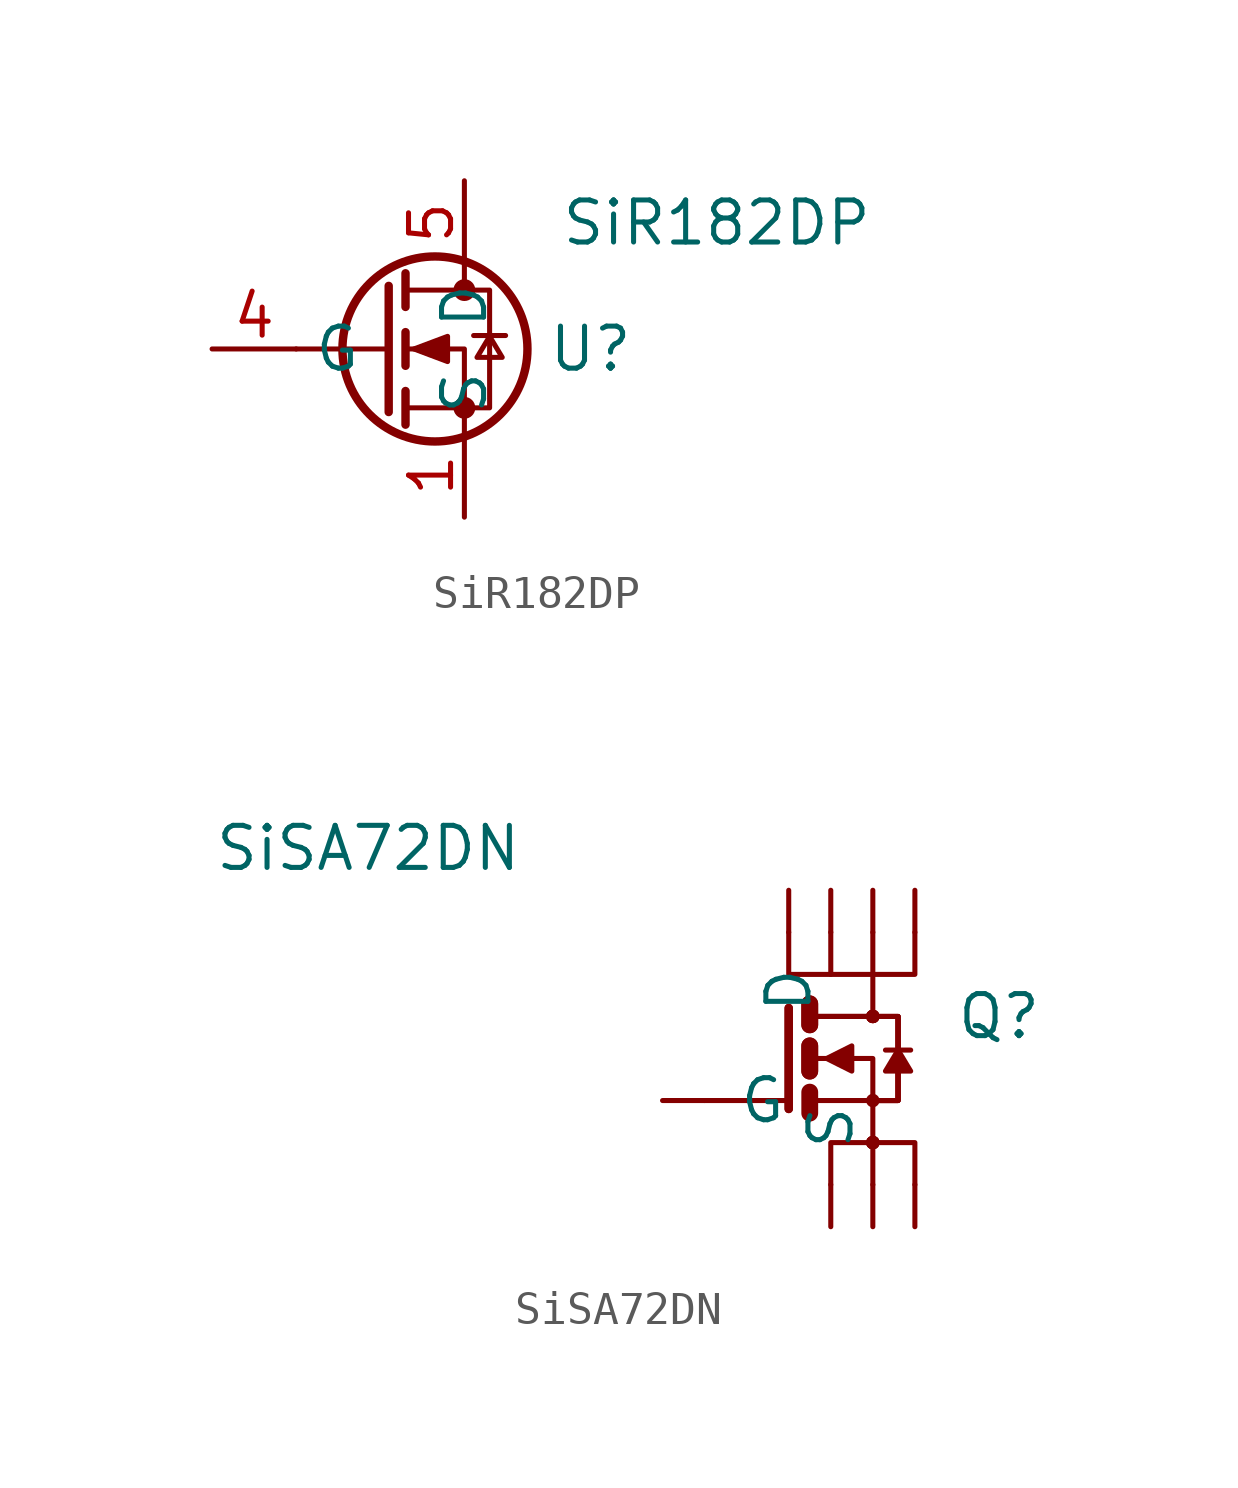
<source format=kicad_sym>
(kicad_symbol_lib
  (version 20211014)
  (generator kicad_symbol_editor)
  (symbol "SiR182DP"
    (property "Reference" "U"
      (at 3.81 0 0)
      (effects (font (size 1.27 1.27))))
    (property "Value" "SiR182DP"
      (at 7.62 3.81 0)
      (effects (font (size 1.27 1.27))))
    (symbol "SiR182DP_0_1"
      (circle (center -0.889 0) (radius 2.794) (stroke (width 0.254) (type default) (color 0 0 0 0)) (fill (type none)))
      (circle (center 0 -1.778) (radius 0.254) (stroke (width 0) (type default) (color 0 0 0 0)) (fill (type outline)))
      (polyline (pts (xy -2.286 0) (xy -5.08 0)) (stroke (width 0) (type default) (color 0 0 0 0)) (fill (type none)))
      (polyline (pts (xy -2.286 1.905) (xy -2.286 -1.905)) (stroke (width 0.254) (type default) (color 0 0 0 0)) (fill (type none)))
      (polyline (pts (xy -1.778 -1.27) (xy -1.778 -2.286)) (stroke (width 0.254) (type default) (color 0 0 0 0)) (fill (type none)))
      (polyline (pts (xy -1.778 0.508) (xy -1.778 -0.508)) (stroke (width 0.254) (type default) (color 0 0 0 0)) (fill (type none)))
      (polyline (pts (xy -1.778 2.286) (xy -1.778 1.27)) (stroke (width 0.254) (type default) (color 0 0 0 0)) (fill (type none)))
      (polyline (pts (xy 0 2.54) (xy 0 1.778)) (stroke (width 0) (type default) (color 0 0 0 0)) (fill (type none)))
      (polyline (pts (xy 0.279 0.406) (xy 1.245 0.406)) (stroke (width 0) (type default) (color 0 0 0 0)) (fill (type none)))
      (polyline (pts (xy 0 -2.54) (xy 0 0) (xy -1.778 0)) (stroke (width 0) (type default) (color 0 0 0 0)) (fill (type none)))
      (polyline (pts (xy -1.778 -1.778) (xy 0.762 -1.778) (xy 0.762 1.778) (xy -1.778 1.778)) (stroke (width 0) (type default) (color 0 0 0 0)) (fill (type none)))
      (polyline (pts (xy -1.524 0) (xy -0.508 0.381) (xy -0.508 -0.381) (xy -1.524 0)) (stroke (width 0) (type default) (color 0 0 0 0)) (fill (type outline)))
      (polyline (pts (xy 0.762 0.381) (xy 0.381 -0.254) (xy 1.143 -0.254) (xy 0.762 0.381)) (stroke (width 0) (type default) (color 0 0 0 0)) (fill (type none)))
      (circle (center 0 1.778) (radius 0.254) (stroke (width 0) (type default) (color 0 0 0 0)) (fill (type outline))))
    (symbol "SiR182DP_1_1"
      (pin passive line (at 0 -5.08 90) (length 2.54) (name "S" (effects (font (size 1.27 1.27)))) (number "1" (effects (font (size 1.27 1.27)))))
      (pin passive line (at 0 -5.08 90) (length 2.54) hide (name "S" (effects (font (size 1.27 1.27)))) (number "2" (effects (font (size 1.27 1.27)))))
      (pin passive line (at 0 -5.08 90) (length 2.54) hide (name "S" (effects (font (size 1.27 1.27)))) (number "3" (effects (font (size 1.27 1.27)))))
      (pin input line (at -7.62 0 0) (length 2.54) (name "G" (effects (font (size 1.27 1.27)))) (number "4" (effects (font (size 1.27 1.27)))))
      (pin passive line (at 0 5.08 270) (length 2.54) (name "D" (effects (font (size 1.27 1.27)))) (number "5" (effects (font (size 1.27 1.27)))))))
  (symbol "SiSA72DN"
    (pin_names
      (offset 1.016))
    (property "Reference" "Q"
      (at 3.81 1.27 0)
      (effects (font (size 1.27 1.27))))
    (property "Value" "SiSA72DN"
      (at -15.24 6.35 0)
      (effects (font (size 1.27 1.27))))
    (symbol "SiSA72DN_1_1"
      (circle (center 0 -2.54) (radius 0.127) (stroke (width 0) (type default) (color 0 0 0 0)) (fill (type none)))
      (circle (center 0 -2.54) (radius 0.127) (stroke (width 0) (type default) (color 0 0 0 0)) (fill (type none)))
      (circle (center 0 -2.54) (radius 0.127) (stroke (width 0) (type default) (color 0 0 0 0)) (fill (type none)))
      (circle (center 0 -2.54) (radius 0.127) (stroke (width 0) (type default) (color 0 0 0 0)) (fill (type none)))
      (circle (center 0 -1.27) (radius 0.127) (stroke (width 0) (type default) (color 0 0 0 0)) (fill (type none)))
      (polyline (pts (xy -5.08 -1.27) (xy -3.81 -1.27)) (stroke (width 0) (type default) (color 0 0 0 0)) (fill (type none)))
      (polyline (pts (xy -2.54 -1.27) (xy -3.81 -1.27)) (stroke (width 0) (type default) (color 0 0 0 0)) (fill (type none)))
      (polyline (pts (xy -1.905 -1.016) (xy -1.905 -1.651)) (stroke (width 0.508) (type default) (color 0 0 0 0)) (fill (type none)))
      (polyline (pts (xy -1.905 0.381) (xy -1.905 -0.381)) (stroke (width 0.508) (type default) (color 0 0 0 0)) (fill (type none)))
      (polyline (pts (xy -1.905 0.381) (xy -1.905 -0.381)) (stroke (width 0.508) (type default) (color 0 0 0 0)) (fill (type none)))
      (polyline (pts (xy -1.905 1.651) (xy -1.905 1.016)) (stroke (width 0.508) (type default) (color 0 0 0 0)) (fill (type none)))
      (polyline (pts (xy -1.905 1.651) (xy -1.905 1.016)) (stroke (width 0.508) (type default) (color 0 0 0 0)) (fill (type none)))
      (polyline (pts (xy -1.778 -1.27) (xy 0 -1.27)) (stroke (width 0) (type default) (color 0 0 0 0)) (fill (type none)))
      (polyline (pts (xy -1.778 1.27) (xy 0 1.27)) (stroke (width 0) (type default) (color 0 0 0 0)) (fill (type none)))
      (polyline (pts (xy -1.778 1.27) (xy 0 1.27)) (stroke (width 0) (type default) (color 0 0 0 0)) (fill (type none)))
      (polyline (pts (xy -1.778 1.27) (xy 0 1.27)) (stroke (width 0) (type default) (color 0 0 0 0)) (fill (type none)))
      (polyline (pts (xy -1.778 1.27) (xy 0 1.27)) (stroke (width 0) (type default) (color 0 0 0 0)) (fill (type none)))
      (polyline (pts (xy -1.27 3.81) (xy -1.27 2.54)) (stroke (width 0) (type default) (color 0 0 0 0)) (fill (type none)))
      (polyline (pts (xy 0 -2.54) (xy 0 -3.81)) (stroke (width 0) (type default) (color 0 0 0 0)) (fill (type none)))
      (polyline (pts (xy 0 -1.27) (xy 0 -2.54)) (stroke (width 0) (type default) (color 0 0 0 0)) (fill (type none)))
      (polyline (pts (xy 0 3.81) (xy 0 2.54)) (stroke (width 0) (type default) (color 0 0 0 0)) (fill (type none)))
      (polyline (pts (xy 0.381 0.254) (xy 1.143 0.254)) (stroke (width 0) (type default) (color 0 0 0 0)) (fill (type none)))
      (polyline (pts (xy -2.54 1.524) (xy -2.54 -1.524) (xy -2.54 -1.524)) (stroke (width 0.254) (type default) (color 0 0 0 0)) (fill (type none)))
      (polyline (pts (xy -2.54 1.524) (xy -2.54 -1.524) (xy -2.54 -1.524)) (stroke (width 0.254) (type default) (color 0 0 0 0)) (fill (type none)))
      (polyline (pts (xy -1.778 0) (xy 0 0) (xy 0 -1.27)) (stroke (width 0) (type default) (color 0 0 0 0)) (fill (type none)))
      (polyline (pts (xy 0 -2.54) (xy -1.27 -2.54) (xy -1.27 -3.81)) (stroke (width 0) (type default) (color 0 0 0 0)) (fill (type none)))
      (polyline (pts (xy 0 -2.54) (xy 1.27 -2.54) (xy 1.27 -3.81)) (stroke (width 0) (type default) (color 0 0 0 0)) (fill (type none)))
      (polyline (pts (xy 1.27 3.81) (xy 1.27 2.54) (xy 0 2.54)) (stroke (width 0) (type default) (color 0 0 0 0)) (fill (type none)))
      (polyline (pts (xy -2.54 3.81) (xy -2.54 2.54) (xy 0 2.54) (xy 0 1.27)) (stroke (width 0) (type default) (color 0 0 0 0)) (fill (type none)))
      (polyline (pts (xy -1.397 0) (xy -0.635 -0.381) (xy -0.635 0.381) (xy -1.397 0)) (stroke (width 0) (type default) (color 0 0 0 0)) (fill (type outline)))
      (polyline (pts (xy 0 -1.27) (xy 0.762 -1.27) (xy 0.762 1.27) (xy 0 1.27)) (stroke (width 0) (type default) (color 0 0 0 0)) (fill (type none)))
      (polyline (pts (xy 0 -1.27) (xy 0.762 -1.27) (xy 0.762 1.27) (xy 0 1.27)) (stroke (width 0) (type default) (color 0 0 0 0)) (fill (type none)))
      (polyline (pts (xy 0 -1.27) (xy 0.762 -1.27) (xy 0.762 1.27) (xy 0 1.27)) (stroke (width 0) (type default) (color 0 0 0 0)) (fill (type none)))
      (polyline (pts (xy 0 -1.27) (xy 0.762 -1.27) (xy 0.762 1.27) (xy 0 1.27)) (stroke (width 0) (type default) (color 0 0 0 0)) (fill (type none)))
      (polyline (pts (xy 0.762 0.254) (xy 1.143 -0.381) (xy 0.381 -0.381) (xy 0.762 0.254)) (stroke (width 0) (type default) (color 0 0 0 0)) (fill (type outline)))
      (circle (center 0 1.27) (radius 0.127) (stroke (width 0) (type default) (color 0 0 0 0)) (fill (type none)))
      (circle (center 0 1.27) (radius 0.127) (stroke (width 0) (type default) (color 0 0 0 0)) (fill (type none)))
      (circle (center 0 1.27) (radius 0.127) (stroke (width 0) (type default) (color 0 0 0 0)) (fill (type none)))
      (circle (center 0 1.27) (radius 0.127) (stroke (width 0) (type default) (color 0 0 0 0)) (fill (type none)))
      (pin power_in line (at 1.27 -5.08 90) (length 1.27) (name "S" (effects (font (size 0 0)))) (number "1" (effects (font (size 0 0)))))
      (pin bidirectional line (at -1.27 -5.08 90) (length 1.27) (name "S" (effects (font (size 1.27 1.27)))) (number "2" (effects (font (size 0 0)))))
      (pin bidirectional line (at 0 -5.08 90) (length 1.27) (name "S" (effects (font (size 0 0)))) (number "3" (effects (font (size 0 0)))))
      (pin passive line (at -6.35 -1.27 0) (length 1.27) (name "G" (effects (font (size 1.27 1.27)))) (number "4" (effects (font (size 0 0)))))
      (pin passive line (at -2.54 5.08 270) (length 1.27) (name "D" (effects (font (size 1.27 1.27)))) (number "5" (effects (font (size 0 0)))))
      (pin power_in line (at -1.27 5.08 270) (length 1.27) (name "D" (effects (font (size 0 0)))) (number "5" (effects (font (size 0 0)))))
      (pin power_in line (at 0 5.08 270) (length 1.27) (name "D" (effects (font (size 0 0)))) (number "5" (effects (font (size 0 0)))))
      (pin power_in line (at 1.27 5.08 270) (length 1.27) (name "D" (effects (font (size 0 0)))) (number "5" (effects (font (size 0 0))))))))
</source>
